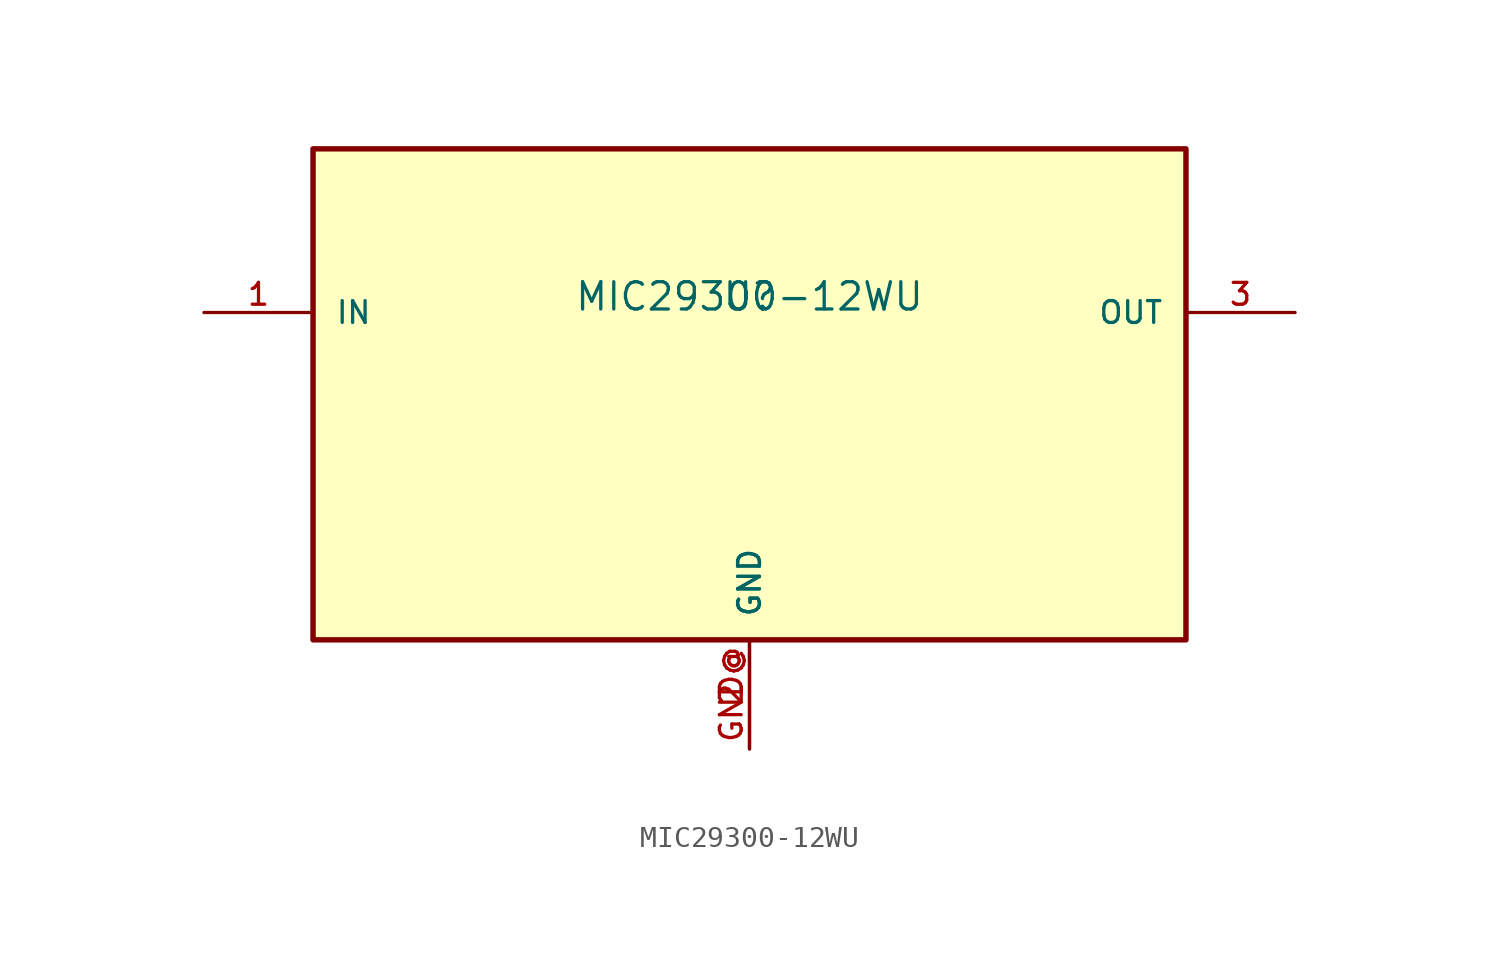
<source format=kicad_sym>
(kicad_symbol_lib
  (version 20211014)
  (generator kicad_symbol_editor)
  (symbol "MIC29300-12WU"
    (pin_names
      (offset 1.016))
    (property "Reference" "U"
      (at 0 0 0)
      (effects (font (size 1.27 1.27)) (justify bottom)))
    (property "Value" "MIC29300-12WU"
      (at 0 0.0 0)
      (effects (font (size 1.27 1.27)) (justify bottom)))
    (symbol "MIC29300-12WU_0_0"
      (rectangle (start -20.32 -15.24) (end 20.32 7.62) (stroke (width 0.254)) (fill (type background)))
      (pin input line (at -25.4 0.0 0) (length 5.08) (name "IN" (effects (font (size 1.016 1.016)))) (number "1" (effects (font (size 1.016 1.016)))))
      (pin power_in line (at 0.0 -20.32 90.0) (length 5.08) (name "GND" (effects (font (size 1.016 1.016)))) (number "2" (effects (font (size 1.016 1.016)))))
      (pin power_in line (at 0.0 -20.32 90.0) (length 5.08) (name "GND" (effects (font (size 1.016 1.016)))) (number "GND@" (effects (font (size 1.016 1.016)))))
      (pin output line (at 25.4 0.0 180.0) (length 5.08) (name "OUT" (effects (font (size 1.016 1.016)))) (number "3" (effects (font (size 1.016 1.016))))))))
</source>
